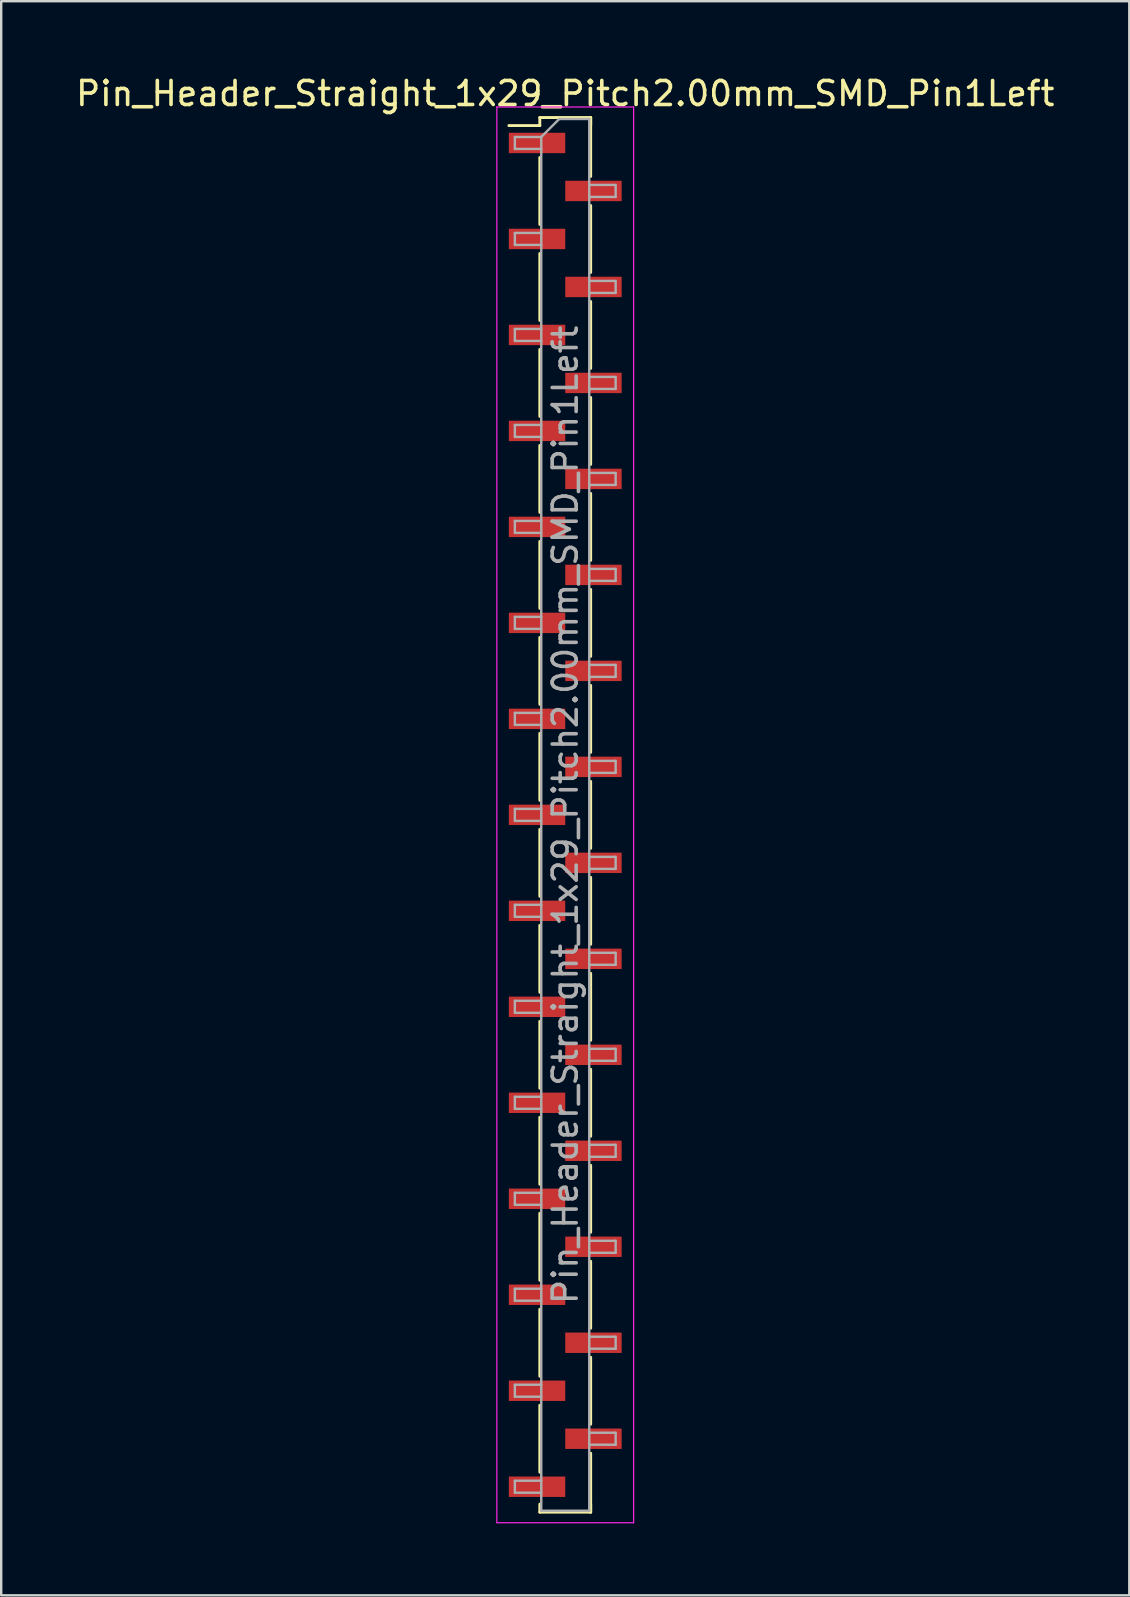
<source format=kicad_pcb>
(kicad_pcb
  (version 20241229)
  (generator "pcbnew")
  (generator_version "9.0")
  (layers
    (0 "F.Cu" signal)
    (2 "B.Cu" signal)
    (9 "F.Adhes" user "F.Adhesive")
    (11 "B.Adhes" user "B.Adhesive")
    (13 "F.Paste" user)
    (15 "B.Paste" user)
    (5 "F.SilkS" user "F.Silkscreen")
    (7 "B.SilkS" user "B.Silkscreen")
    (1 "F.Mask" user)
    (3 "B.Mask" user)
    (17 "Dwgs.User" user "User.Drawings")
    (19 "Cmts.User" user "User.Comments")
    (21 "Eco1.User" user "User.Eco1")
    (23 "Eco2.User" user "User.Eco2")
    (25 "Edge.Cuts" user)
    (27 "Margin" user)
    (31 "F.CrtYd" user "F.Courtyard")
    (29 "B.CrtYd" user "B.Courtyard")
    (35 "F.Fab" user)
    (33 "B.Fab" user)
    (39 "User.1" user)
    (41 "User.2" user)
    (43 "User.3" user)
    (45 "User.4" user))
  (footprint "Pin_Header_Straight_1x29_Pitch2.00mm_SMD_Pin1Left"
    (layer "F.Cu")
    (at 20.506 30.908)
    (property "Reference" "Pin_Header_Straight_1x29_Pitch2.00mm_SMD_Pin1Left" (at 0 -30.06 0) (layer "F.SilkS") (effects (font (size 1 1) (thickness 0.15))))
    (attr smd)
    (fp_line (start -1.06 -29.06) (end 1.06 -29.06) (stroke (width 0.12) (type solid)) (layer "F.SilkS"))
    (fp_line (start -1.06 -28.725) (end -2.35 -28.725) (stroke (width 0.12) (type solid)) (layer "F.SilkS"))
    (fp_line (start -1.06 -28.725) (end -1.06 -29.06) (stroke (width 0.12) (type solid)) (layer "F.SilkS"))
    (fp_line (start -1.06 -27.395) (end -1.06 -24.605) (stroke (width 0.12) (type solid)) (layer "F.SilkS"))
    (fp_line (start -1.06 -23.395) (end -1.06 -20.605) (stroke (width 0.12) (type solid)) (layer "F.SilkS"))
    (fp_line (start -1.06 -19.395) (end -1.06 -16.605) (stroke (width 0.12) (type solid)) (layer "F.SilkS"))
    (fp_line (start -1.06 -15.395) (end -1.06 -12.605) (stroke (width 0.12) (type solid)) (layer "F.SilkS"))
    (fp_line (start -1.06 -11.395) (end -1.06 -8.605) (stroke (width 0.12) (type solid)) (layer "F.SilkS"))
    (fp_line (start -1.06 -7.395) (end -1.06 -4.605) (stroke (width 0.12) (type solid)) (layer "F.SilkS"))
    (fp_line (start -1.06 -3.395) (end -1.06 -0.605) (stroke (width 0.12) (type solid)) (layer "F.SilkS"))
    (fp_line (start -1.06 0.605) (end -1.06 3.395) (stroke (width 0.12) (type solid)) (layer "F.SilkS"))
    (fp_line (start -1.06 4.605) (end -1.06 7.395) (stroke (width 0.12) (type solid)) (layer "F.SilkS"))
    (fp_line (start -1.06 8.605) (end -1.06 11.395) (stroke (width 0.12) (type solid)) (layer "F.SilkS"))
    (fp_line (start -1.06 12.605) (end -1.06 15.395) (stroke (width 0.12) (type solid)) (layer "F.SilkS"))
    (fp_line (start -1.06 16.605) (end -1.06 19.395) (stroke (width 0.12) (type solid)) (layer "F.SilkS"))
    (fp_line (start -1.06 20.605) (end -1.06 23.395) (stroke (width 0.12) (type solid)) (layer "F.SilkS"))
    (fp_line (start -1.06 24.605) (end -1.06 27.395) (stroke (width 0.12) (type solid)) (layer "F.SilkS"))
    (fp_line (start -1.06 28.725) (end -1.06 29.06) (stroke (width 0.12) (type solid)) (layer "F.SilkS"))
    (fp_line (start -1.06 29.06) (end 1.06 29.06) (stroke (width 0.12) (type solid)) (layer "F.SilkS"))
    (fp_line (start 1.06 -29.06) (end 1.06 -28.725) (stroke (width 0.12) (type solid)) (layer "F.SilkS"))
    (fp_line (start 1.06 -29.06) (end 1.06 -26.605) (stroke (width 0.12) (type solid)) (layer "F.SilkS"))
    (fp_line (start 1.06 -25.395) (end 1.06 -22.605) (stroke (width 0.12) (type solid)) (layer "F.SilkS"))
    (fp_line (start 1.06 -21.395) (end 1.06 -18.605) (stroke (width 0.12) (type solid)) (layer "F.SilkS"))
    (fp_line (start 1.06 -17.395) (end 1.06 -14.605) (stroke (width 0.12) (type solid)) (layer "F.SilkS"))
    (fp_line (start 1.06 -13.395) (end 1.06 -10.605) (stroke (width 0.12) (type solid)) (layer "F.SilkS"))
    (fp_line (start 1.06 -9.395) (end 1.06 -6.605) (stroke (width 0.12) (type solid)) (layer "F.SilkS"))
    (fp_line (start 1.06 -5.395) (end 1.06 -2.605) (stroke (width 0.12) (type solid)) (layer "F.SilkS"))
    (fp_line (start 1.06 -1.395) (end 1.06 1.395) (stroke (width 0.12) (type solid)) (layer "F.SilkS"))
    (fp_line (start 1.06 2.605) (end 1.06 5.395) (stroke (width 0.12) (type solid)) (layer "F.SilkS"))
    (fp_line (start 1.06 6.605) (end 1.06 9.395) (stroke (width 0.12) (type solid)) (layer "F.SilkS"))
    (fp_line (start 1.06 10.605) (end 1.06 13.395) (stroke (width 0.12) (type solid)) (layer "F.SilkS"))
    (fp_line (start 1.06 14.605) (end 1.06 17.395) (stroke (width 0.12) (type solid)) (layer "F.SilkS"))
    (fp_line (start 1.06 18.605) (end 1.06 21.395) (stroke (width 0.12) (type solid)) (layer "F.SilkS"))
    (fp_line (start 1.06 22.605) (end 1.06 25.395) (stroke (width 0.12) (type solid)) (layer "F.SilkS"))
    (fp_line (start 1.06 26.605) (end 1.06 29.06) (stroke (width 0.12) (type solid)) (layer "F.SilkS"))
    (fp_line (start 1.06 29.06) (end 1.06 28.725) (stroke (width 0.12) (type solid)) (layer "F.SilkS"))
    (fp_line (start -2.85 -29.5) (end -2.85 29.5) (stroke (width 0.05) (type solid)) (layer "F.CrtYd"))
    (fp_line (start -2.85 29.5) (end 2.85 29.5) (stroke (width 0.05) (type solid)) (layer "F.CrtYd"))
    (fp_line (start 2.85 -29.5) (end -2.85 -29.5) (stroke (width 0.05) (type solid)) (layer "F.CrtYd"))
    (fp_line (start 2.85 29.5) (end 2.85 -29.5) (stroke (width 0.05) (type solid)) (layer "F.CrtYd"))
    (fp_line (start -2.1 -28.25) (end -2.1 -27.75) (stroke (width 0.1) (type solid)) (layer "F.Fab"))
    (fp_line (start -2.1 -27.75) (end -1 -27.75) (stroke (width 0.1) (type solid)) (layer "F.Fab"))
    (fp_line (start -2.1 -24.25) (end -2.1 -23.75) (stroke (width 0.1) (type solid)) (layer "F.Fab"))
    (fp_line (start -2.1 -23.75) (end -1 -23.75) (stroke (width 0.1) (type solid)) (layer "F.Fab"))
    (fp_line (start -2.1 -20.25) (end -2.1 -19.75) (stroke (width 0.1) (type solid)) (layer "F.Fab"))
    (fp_line (start -2.1 -19.75) (end -1 -19.75) (stroke (width 0.1) (type solid)) (layer "F.Fab"))
    (fp_line (start -2.1 -16.25) (end -2.1 -15.75) (stroke (width 0.1) (type solid)) (layer "F.Fab"))
    (fp_line (start -2.1 -15.75) (end -1 -15.75) (stroke (width 0.1) (type solid)) (layer "F.Fab"))
    (fp_line (start -2.1 -12.25) (end -2.1 -11.75) (stroke (width 0.1) (type solid)) (layer "F.Fab"))
    (fp_line (start -2.1 -11.75) (end -1 -11.75) (stroke (width 0.1) (type solid)) (layer "F.Fab"))
    (fp_line (start -2.1 -8.25) (end -2.1 -7.75) (stroke (width 0.1) (type solid)) (layer "F.Fab"))
    (fp_line (start -2.1 -7.75) (end -1 -7.75) (stroke (width 0.1) (type solid)) (layer "F.Fab"))
    (fp_line (start -2.1 -4.25) (end -2.1 -3.75) (stroke (width 0.1) (type solid)) (layer "F.Fab"))
    (fp_line (start -2.1 -3.75) (end -1 -3.75) (stroke (width 0.1) (type solid)) (layer "F.Fab"))
    (fp_line (start -2.1 -0.25) (end -2.1 0.25) (stroke (width 0.1) (type solid)) (layer "F.Fab"))
    (fp_line (start -2.1 0.25) (end -1 0.25) (stroke (width 0.1) (type solid)) (layer "F.Fab"))
    (fp_line (start -2.1 3.75) (end -2.1 4.25) (stroke (width 0.1) (type solid)) (layer "F.Fab"))
    (fp_line (start -2.1 4.25) (end -1 4.25) (stroke (width 0.1) (type solid)) (layer "F.Fab"))
    (fp_line (start -2.1 7.75) (end -2.1 8.25) (stroke (width 0.1) (type solid)) (layer "F.Fab"))
    (fp_line (start -2.1 8.25) (end -1 8.25) (stroke (width 0.1) (type solid)) (layer "F.Fab"))
    (fp_line (start -2.1 11.75) (end -2.1 12.25) (stroke (width 0.1) (type solid)) (layer "F.Fab"))
    (fp_line (start -2.1 12.25) (end -1 12.25) (stroke (width 0.1) (type solid)) (layer "F.Fab"))
    (fp_line (start -2.1 15.75) (end -2.1 16.25) (stroke (width 0.1) (type solid)) (layer "F.Fab"))
    (fp_line (start -2.1 16.25) (end -1 16.25) (stroke (width 0.1) (type solid)) (layer "F.Fab"))
    (fp_line (start -2.1 19.75) (end -2.1 20.25) (stroke (width 0.1) (type solid)) (layer "F.Fab"))
    (fp_line (start -2.1 20.25) (end -1 20.25) (stroke (width 0.1) (type solid)) (layer "F.Fab"))
    (fp_line (start -2.1 23.75) (end -2.1 24.25) (stroke (width 0.1) (type solid)) (layer "F.Fab"))
    (fp_line (start -2.1 24.25) (end -1 24.25) (stroke (width 0.1) (type solid)) (layer "F.Fab"))
    (fp_line (start -2.1 27.75) (end -2.1 28.25) (stroke (width 0.1) (type solid)) (layer "F.Fab"))
    (fp_line (start -2.1 28.25) (end -1 28.25) (stroke (width 0.1) (type solid)) (layer "F.Fab"))
    (fp_line (start -1 -28.25) (end -2.1 -28.25) (stroke (width 0.1) (type solid)) (layer "F.Fab"))
    (fp_line (start -1 -28.25) (end -0.25 -29) (stroke (width 0.1) (type solid)) (layer "F.Fab"))
    (fp_line (start -1 -24.25) (end -2.1 -24.25) (stroke (width 0.1) (type solid)) (layer "F.Fab"))
    (fp_line (start -1 -20.25) (end -2.1 -20.25) (stroke (width 0.1) (type solid)) (layer "F.Fab"))
    (fp_line (start -1 -16.25) (end -2.1 -16.25) (stroke (width 0.1) (type solid)) (layer "F.Fab"))
    (fp_line (start -1 -12.25) (end -2.1 -12.25) (stroke (width 0.1) (type solid)) (layer "F.Fab"))
    (fp_line (start -1 -8.25) (end -2.1 -8.25) (stroke (width 0.1) (type solid)) (layer "F.Fab"))
    (fp_line (start -1 -4.25) (end -2.1 -4.25) (stroke (width 0.1) (type solid)) (layer "F.Fab"))
    (fp_line (start -1 -0.25) (end -2.1 -0.25) (stroke (width 0.1) (type solid)) (layer "F.Fab"))
    (fp_line (start -1 3.75) (end -2.1 3.75) (stroke (width 0.1) (type solid)) (layer "F.Fab"))
    (fp_line (start -1 7.75) (end -2.1 7.75) (stroke (width 0.1) (type solid)) (layer "F.Fab"))
    (fp_line (start -1 11.75) (end -2.1 11.75) (stroke (width 0.1) (type solid)) (layer "F.Fab"))
    (fp_line (start -1 15.75) (end -2.1 15.75) (stroke (width 0.1) (type solid)) (layer "F.Fab"))
    (fp_line (start -1 19.75) (end -2.1 19.75) (stroke (width 0.1) (type solid)) (layer "F.Fab"))
    (fp_line (start -1 23.75) (end -2.1 23.75) (stroke (width 0.1) (type solid)) (layer "F.Fab"))
    (fp_line (start -1 27.75) (end -2.1 27.75) (stroke (width 0.1) (type solid)) (layer "F.Fab"))
    (fp_line (start -1 29) (end -1 -28.25) (stroke (width 0.1) (type solid)) (layer "F.Fab"))
    (fp_line (start -0.25 -29) (end 1 -29) (stroke (width 0.1) (type solid)) (layer "F.Fab"))
    (fp_line (start 1 -29) (end 1 29) (stroke (width 0.1) (type solid)) (layer "F.Fab"))
    (fp_line (start 1 -26.25) (end 2.1 -26.25) (stroke (width 0.1) (type solid)) (layer "F.Fab"))
    (fp_line (start 1 -22.25) (end 2.1 -22.25) (stroke (width 0.1) (type solid)) (layer "F.Fab"))
    (fp_line (start 1 -18.25) (end 2.1 -18.25) (stroke (width 0.1) (type solid)) (layer "F.Fab"))
    (fp_line (start 1 -14.25) (end 2.1 -14.25) (stroke (width 0.1) (type solid)) (layer "F.Fab"))
    (fp_line (start 1 -10.25) (end 2.1 -10.25) (stroke (width 0.1) (type solid)) (layer "F.Fab"))
    (fp_line (start 1 -6.25) (end 2.1 -6.25) (stroke (width 0.1) (type solid)) (layer "F.Fab"))
    (fp_line (start 1 -2.25) (end 2.1 -2.25) (stroke (width 0.1) (type solid)) (layer "F.Fab"))
    (fp_line (start 1 1.75) (end 2.1 1.75) (stroke (width 0.1) (type solid)) (layer "F.Fab"))
    (fp_line (start 1 5.75) (end 2.1 5.75) (stroke (width 0.1) (type solid)) (layer "F.Fab"))
    (fp_line (start 1 9.75) (end 2.1 9.75) (stroke (width 0.1) (type solid)) (layer "F.Fab"))
    (fp_line (start 1 13.75) (end 2.1 13.75) (stroke (width 0.1) (type solid)) (layer "F.Fab"))
    (fp_line (start 1 17.75) (end 2.1 17.75) (stroke (width 0.1) (type solid)) (layer "F.Fab"))
    (fp_line (start 1 21.75) (end 2.1 21.75) (stroke (width 0.1) (type solid)) (layer "F.Fab"))
    (fp_line (start 1 25.75) (end 2.1 25.75) (stroke (width 0.1) (type solid)) (layer "F.Fab"))
    (fp_line (start 1 29) (end -1 29) (stroke (width 0.1) (type solid)) (layer "F.Fab"))
    (fp_line (start 2.1 -26.25) (end 2.1 -25.75) (stroke (width 0.1) (type solid)) (layer "F.Fab"))
    (fp_line (start 2.1 -25.75) (end 1 -25.75) (stroke (width 0.1) (type solid)) (layer "F.Fab"))
    (fp_line (start 2.1 -22.25) (end 2.1 -21.75) (stroke (width 0.1) (type solid)) (layer "F.Fab"))
    (fp_line (start 2.1 -21.75) (end 1 -21.75) (stroke (width 0.1) (type solid)) (layer "F.Fab"))
    (fp_line (start 2.1 -18.25) (end 2.1 -17.75) (stroke (width 0.1) (type solid)) (layer "F.Fab"))
    (fp_line (start 2.1 -17.75) (end 1 -17.75) (stroke (width 0.1) (type solid)) (layer "F.Fab"))
    (fp_line (start 2.1 -14.25) (end 2.1 -13.75) (stroke (width 0.1) (type solid)) (layer "F.Fab"))
    (fp_line (start 2.1 -13.75) (end 1 -13.75) (stroke (width 0.1) (type solid)) (layer "F.Fab"))
    (fp_line (start 2.1 -10.25) (end 2.1 -9.75) (stroke (width 0.1) (type solid)) (layer "F.Fab"))
    (fp_line (start 2.1 -9.75) (end 1 -9.75) (stroke (width 0.1) (type solid)) (layer "F.Fab"))
    (fp_line (start 2.1 -6.25) (end 2.1 -5.75) (stroke (width 0.1) (type solid)) (layer "F.Fab"))
    (fp_line (start 2.1 -5.75) (end 1 -5.75) (stroke (width 0.1) (type solid)) (layer "F.Fab"))
    (fp_line (start 2.1 -2.25) (end 2.1 -1.75) (stroke (width 0.1) (type solid)) (layer "F.Fab"))
    (fp_line (start 2.1 -1.75) (end 1 -1.75) (stroke (width 0.1) (type solid)) (layer "F.Fab"))
    (fp_line (start 2.1 1.75) (end 2.1 2.25) (stroke (width 0.1) (type solid)) (layer "F.Fab"))
    (fp_line (start 2.1 2.25) (end 1 2.25) (stroke (width 0.1) (type solid)) (layer "F.Fab"))
    (fp_line (start 2.1 5.75) (end 2.1 6.25) (stroke (width 0.1) (type solid)) (layer "F.Fab"))
    (fp_line (start 2.1 6.25) (end 1 6.25) (stroke (width 0.1) (type solid)) (layer "F.Fab"))
    (fp_line (start 2.1 9.75) (end 2.1 10.25) (stroke (width 0.1) (type solid)) (layer "F.Fab"))
    (fp_line (start 2.1 10.25) (end 1 10.25) (stroke (width 0.1) (type solid)) (layer "F.Fab"))
    (fp_line (start 2.1 13.75) (end 2.1 14.25) (stroke (width 0.1) (type solid)) (layer "F.Fab"))
    (fp_line (start 2.1 14.25) (end 1 14.25) (stroke (width 0.1) (type solid)) (layer "F.Fab"))
    (fp_line (start 2.1 17.75) (end 2.1 18.25) (stroke (width 0.1) (type solid)) (layer "F.Fab"))
    (fp_line (start 2.1 18.25) (end 1 18.25) (stroke (width 0.1) (type solid)) (layer "F.Fab"))
    (fp_line (start 2.1 21.75) (end 2.1 22.25) (stroke (width 0.1) (type solid)) (layer "F.Fab"))
    (fp_line (start 2.1 22.25) (end 1 22.25) (stroke (width 0.1) (type solid)) (layer "F.Fab"))
    (fp_line (start 2.1 25.75) (end 2.1 26.25) (stroke (width 0.1) (type solid)) (layer "F.Fab"))
    (fp_line (start 2.1 26.25) (end 1 26.25) (stroke (width 0.1) (type solid)) (layer "F.Fab"))
    (fp_text user "${REFERENCE}" (at 0 0 90) (layer "F.Fab") (effects (font (size 1 1) (thickness 0.15))))
    (pad "1" smd rect (at -1.175 -28) (size 2.35 0.85) (layers "F.Cu" "F.Mask" "F.Paste"))
    (pad "2" smd rect (at 1.175 -26) (size 2.35 0.85) (layers "F.Cu" "F.Mask" "F.Paste"))
    (pad "3" smd rect (at -1.175 -24) (size 2.35 0.85) (layers "F.Cu" "F.Mask" "F.Paste"))
    (pad "4" smd rect (at 1.175 -22) (size 2.35 0.85) (layers "F.Cu" "F.Mask" "F.Paste"))
    (pad "5" smd rect (at -1.175 -20) (size 2.35 0.85) (layers "F.Cu" "F.Mask" "F.Paste"))
    (pad "6" smd rect (at 1.175 -18) (size 2.35 0.85) (layers "F.Cu" "F.Mask" "F.Paste"))
    (pad "7" smd rect (at -1.175 -16) (size 2.35 0.85) (layers "F.Cu" "F.Mask" "F.Paste"))
    (pad "8" smd rect (at 1.175 -14) (size 2.35 0.85) (layers "F.Cu" "F.Mask" "F.Paste"))
    (pad "9" smd rect (at -1.175 -12) (size 2.35 0.85) (layers "F.Cu" "F.Mask" "F.Paste"))
    (pad "10" smd rect (at 1.175 -10) (size 2.35 0.85) (layers "F.Cu" "F.Mask" "F.Paste"))
    (pad "11" smd rect (at -1.175 -8) (size 2.35 0.85) (layers "F.Cu" "F.Mask" "F.Paste"))
    (pad "12" smd rect (at 1.175 -6) (size 2.35 0.85) (layers "F.Cu" "F.Mask" "F.Paste"))
    (pad "13" smd rect (at -1.175 -4) (size 2.35 0.85) (layers "F.Cu" "F.Mask" "F.Paste"))
    (pad "14" smd rect (at 1.175 -2) (size 2.35 0.85) (layers "F.Cu" "F.Mask" "F.Paste"))
    (pad "15" smd rect (at -1.175 0) (size 2.35 0.85) (layers "F.Cu" "F.Mask" "F.Paste"))
    (pad "16" smd rect (at 1.175 2) (size 2.35 0.85) (layers "F.Cu" "F.Mask" "F.Paste"))
    (pad "17" smd rect (at -1.175 4) (size 2.35 0.85) (layers "F.Cu" "F.Mask" "F.Paste"))
    (pad "18" smd rect (at 1.175 6) (size 2.35 0.85) (layers "F.Cu" "F.Mask" "F.Paste"))
    (pad "19" smd rect (at -1.175 8) (size 2.35 0.85) (layers "F.Cu" "F.Mask" "F.Paste"))
    (pad "20" smd rect (at 1.175 10) (size 2.35 0.85) (layers "F.Cu" "F.Mask" "F.Paste"))
    (pad "21" smd rect (at -1.175 12) (size 2.35 0.85) (layers "F.Cu" "F.Mask" "F.Paste"))
    (pad "22" smd rect (at 1.175 14) (size 2.35 0.85) (layers "F.Cu" "F.Mask" "F.Paste"))
    (pad "23" smd rect (at -1.175 16) (size 2.35 0.85) (layers "F.Cu" "F.Mask" "F.Paste"))
    (pad "24" smd rect (at 1.175 18) (size 2.35 0.85) (layers "F.Cu" "F.Mask" "F.Paste"))
    (pad "25" smd rect (at -1.175 20) (size 2.35 0.85) (layers "F.Cu" "F.Mask" "F.Paste"))
    (pad "26" smd rect (at 1.175 22) (size 2.35 0.85) (layers "F.Cu" "F.Mask" "F.Paste"))
    (pad "27" smd rect (at -1.175 24) (size 2.35 0.85) (layers "F.Cu" "F.Mask" "F.Paste"))
    (pad "28" smd rect (at 1.175 26) (size 2.35 0.85) (layers "F.Cu" "F.Mask" "F.Paste"))
    (pad "29" smd rect (at -1.175 28) (size 2.35 0.85) (layers "F.Cu" "F.Mask" "F.Paste")))
  (gr_rect
    (start -3 -3)
    (end 44.012 63.433)
    (stroke (width 0.1) (type default))
    (fill no)
    (layer "Edge.Cuts")))
</source>
